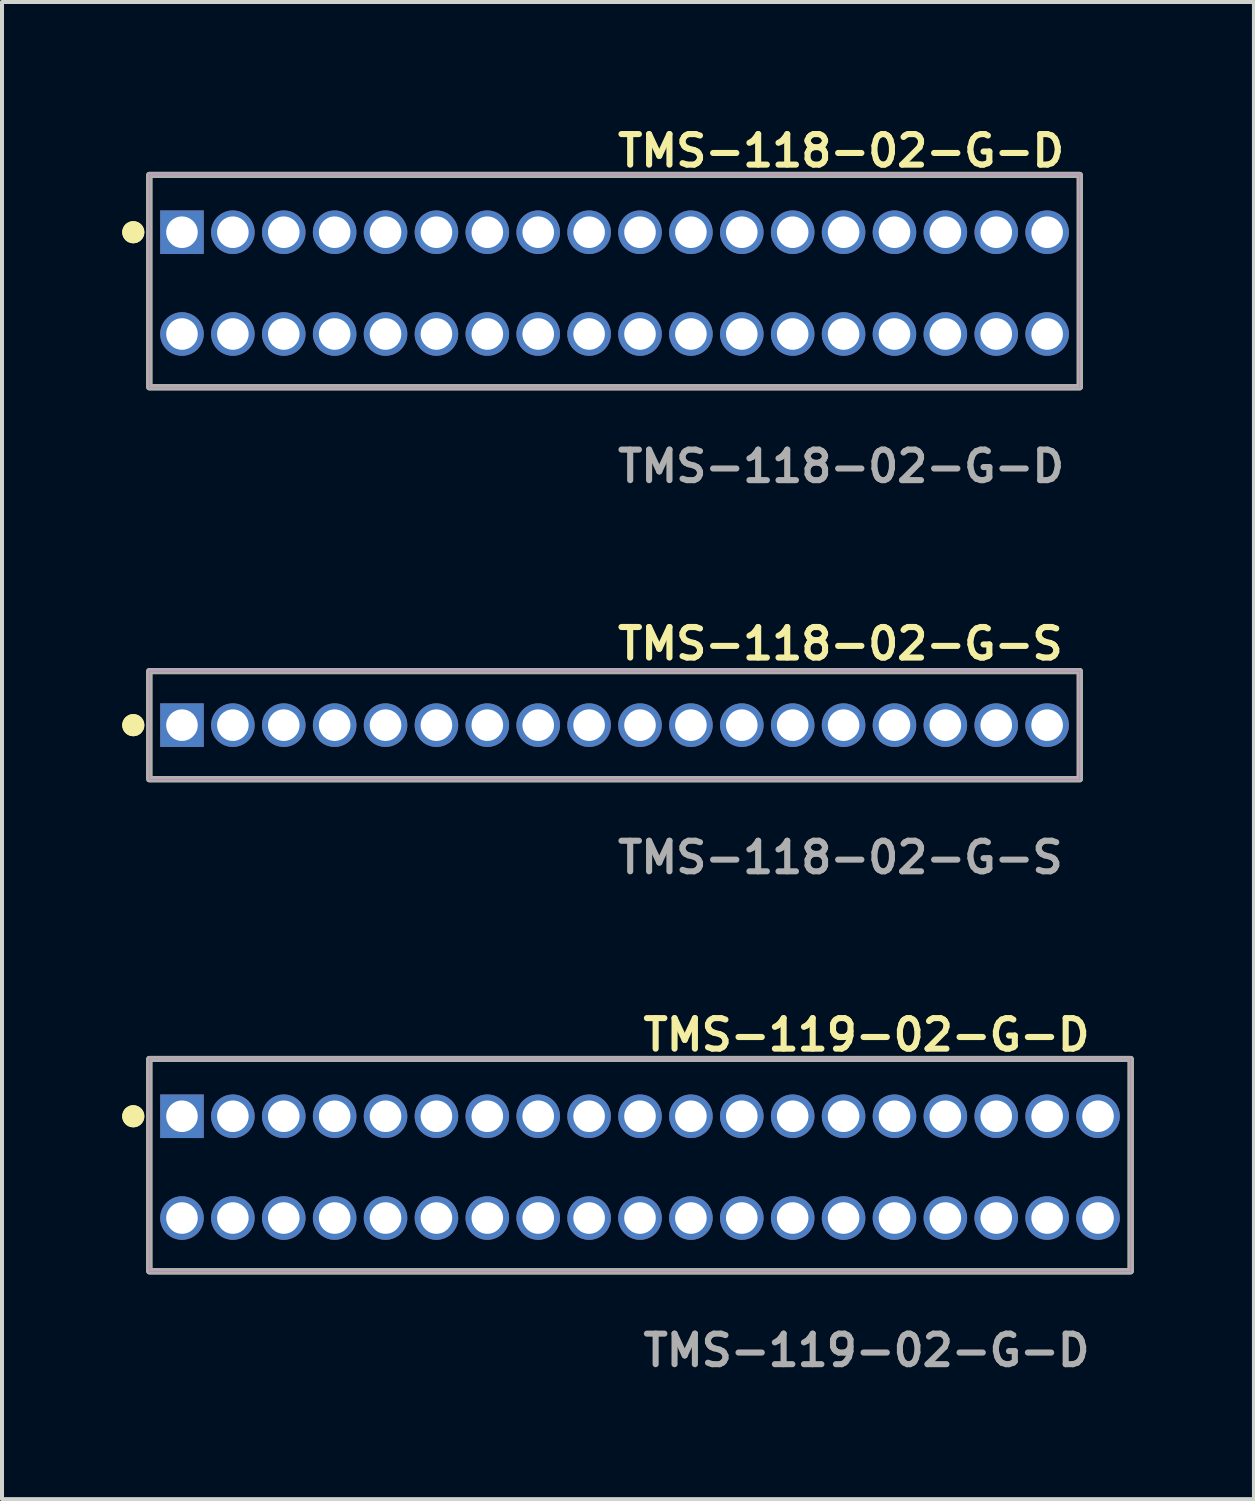
<source format=kicad_pcb>
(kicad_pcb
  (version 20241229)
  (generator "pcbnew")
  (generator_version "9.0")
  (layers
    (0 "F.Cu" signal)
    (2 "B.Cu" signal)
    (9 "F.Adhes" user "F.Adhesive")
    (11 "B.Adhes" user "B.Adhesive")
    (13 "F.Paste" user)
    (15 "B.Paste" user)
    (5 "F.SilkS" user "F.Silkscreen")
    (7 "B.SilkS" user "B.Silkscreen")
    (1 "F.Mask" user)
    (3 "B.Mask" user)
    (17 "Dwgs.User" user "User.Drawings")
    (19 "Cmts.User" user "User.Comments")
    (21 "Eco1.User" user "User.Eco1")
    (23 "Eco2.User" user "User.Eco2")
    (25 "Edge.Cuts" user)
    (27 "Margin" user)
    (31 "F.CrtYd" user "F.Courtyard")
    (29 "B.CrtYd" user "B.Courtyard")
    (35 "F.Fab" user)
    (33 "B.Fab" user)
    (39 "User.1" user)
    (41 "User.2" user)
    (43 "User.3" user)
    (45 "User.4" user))
  (footprint "TMS-118-02-G-D"
    (layer "F.Cu")
    (at 12.286 4.015)
    (property "Reference" "TMS-118-02-G-D" (at 0 -3.302 0) (unlocked yes) (layer "F.SilkS") (effects (font (size 0.762 0.762) (thickness 0.152)) (justify left)))
    (fp_rect (start -11.61 2.6) (end 11.61 -2.7) (stroke (width 0.152) (type solid)) (fill no) (layer "F.SilkS"))
    (fp_circle (center -12.01 -1.27) (end -12.21 -1.27) (stroke (width 0.152) (type solid)) (fill yes) (layer "F.SilkS"))
    (fp_circle (center -12.01 -1.27) (end -12.21 -1.27) (stroke (width 0.152) (type solid)) (fill yes) (layer "F.SilkS"))
    (fp_rect (start -11.61 2.6) (end 11.61 -2.7) (stroke (width 0.006) (type solid)) (fill no) (layer "F.CrtYd"))
    (fp_rect (start -11.61 2.6) (end 11.61 -2.7) (stroke (width 0.152) (type solid)) (fill no) (layer "F.Fab"))
    (fp_text user "${REFERENCE}" (at 0 4.572 0) (unlocked yes) (layer "F.Fab") (effects (font (size 0.762 0.762) (thickness 0.152)) (justify left)))
    (pad "1" thru_hole rect (at -10.795 -1.27) (size 1.087 1.087) (drill 0.787) (layers "*.Cu" "*.Mask"))
    (pad "2" thru_hole circle (at -10.795 1.27) (size 1.087 1.087) (drill 0.787) (layers "*.Cu" "*.Mask"))
    (pad "3" thru_hole circle (at -9.525 -1.27) (size 1.087 1.087) (drill 0.787) (layers "*.Cu" "*.Mask"))
    (pad "4" thru_hole circle (at -9.525 1.27) (size 1.087 1.087) (drill 0.787) (layers "*.Cu" "*.Mask"))
    (pad "5" thru_hole circle (at -8.255 -1.27) (size 1.087 1.087) (drill 0.787) (layers "*.Cu" "*.Mask"))
    (pad "6" thru_hole circle (at -8.255 1.27) (size 1.087 1.087) (drill 0.787) (layers "*.Cu" "*.Mask"))
    (pad "7" thru_hole circle (at -6.985 -1.27) (size 1.087 1.087) (drill 0.787) (layers "*.Cu" "*.Mask"))
    (pad "8" thru_hole circle (at -6.985 1.27) (size 1.087 1.087) (drill 0.787) (layers "*.Cu" "*.Mask"))
    (pad "9" thru_hole circle (at -5.715 -1.27) (size 1.087 1.087) (drill 0.787) (layers "*.Cu" "*.Mask"))
    (pad "10" thru_hole circle (at -5.715 1.27) (size 1.087 1.087) (drill 0.787) (layers "*.Cu" "*.Mask"))
    (pad "11" thru_hole circle (at -4.445 -1.27) (size 1.087 1.087) (drill 0.787) (layers "*.Cu" "*.Mask"))
    (pad "12" thru_hole circle (at -4.445 1.27) (size 1.087 1.087) (drill 0.787) (layers "*.Cu" "*.Mask"))
    (pad "13" thru_hole circle (at -3.175 -1.27) (size 1.087 1.087) (drill 0.787) (layers "*.Cu" "*.Mask"))
    (pad "14" thru_hole circle (at -3.175 1.27) (size 1.087 1.087) (drill 0.787) (layers "*.Cu" "*.Mask"))
    (pad "15" thru_hole circle (at -1.905 -1.27) (size 1.087 1.087) (drill 0.787) (layers "*.Cu" "*.Mask"))
    (pad "16" thru_hole circle (at -1.905 1.27) (size 1.087 1.087) (drill 0.787) (layers "*.Cu" "*.Mask"))
    (pad "17" thru_hole circle (at -0.635 -1.27) (size 1.087 1.087) (drill 0.787) (layers "*.Cu" "*.Mask"))
    (pad "18" thru_hole circle (at -0.635 1.27) (size 1.087 1.087) (drill 0.787) (layers "*.Cu" "*.Mask"))
    (pad "19" thru_hole circle (at 0.635 -1.27) (size 1.087 1.087) (drill 0.787) (layers "*.Cu" "*.Mask"))
    (pad "20" thru_hole circle (at 0.635 1.27) (size 1.087 1.087) (drill 0.787) (layers "*.Cu" "*.Mask"))
    (pad "21" thru_hole circle (at 1.905 -1.27) (size 1.087 1.087) (drill 0.787) (layers "*.Cu" "*.Mask"))
    (pad "22" thru_hole circle (at 1.905 1.27) (size 1.087 1.087) (drill 0.787) (layers "*.Cu" "*.Mask"))
    (pad "23" thru_hole circle (at 3.175 -1.27) (size 1.087 1.087) (drill 0.787) (layers "*.Cu" "*.Mask"))
    (pad "24" thru_hole circle (at 3.175 1.27) (size 1.087 1.087) (drill 0.787) (layers "*.Cu" "*.Mask"))
    (pad "25" thru_hole circle (at 4.445 -1.27) (size 1.087 1.087) (drill 0.787) (layers "*.Cu" "*.Mask"))
    (pad "26" thru_hole circle (at 4.445 1.27) (size 1.087 1.087) (drill 0.787) (layers "*.Cu" "*.Mask"))
    (pad "27" thru_hole circle (at 5.715 -1.27) (size 1.087 1.087) (drill 0.787) (layers "*.Cu" "*.Mask"))
    (pad "28" thru_hole circle (at 5.715 1.27) (size 1.087 1.087) (drill 0.787) (layers "*.Cu" "*.Mask"))
    (pad "29" thru_hole circle (at 6.985 -1.27) (size 1.087 1.087) (drill 0.787) (layers "*.Cu" "*.Mask"))
    (pad "30" thru_hole circle (at 6.985 1.27) (size 1.087 1.087) (drill 0.787) (layers "*.Cu" "*.Mask"))
    (pad "31" thru_hole circle (at 8.255 -1.27) (size 1.087 1.087) (drill 0.787) (layers "*.Cu" "*.Mask"))
    (pad "32" thru_hole circle (at 8.255 1.27) (size 1.087 1.087) (drill 0.787) (layers "*.Cu" "*.Mask"))
    (pad "33" thru_hole circle (at 9.525 -1.27) (size 1.087 1.087) (drill 0.787) (layers "*.Cu" "*.Mask"))
    (pad "34" thru_hole circle (at 9.525 1.27) (size 1.087 1.087) (drill 0.787) (layers "*.Cu" "*.Mask"))
    (pad "35" thru_hole circle (at 10.795 -1.27) (size 1.087 1.087) (drill 0.787) (layers "*.Cu" "*.Mask"))
    (pad "36" thru_hole circle (at 10.795 1.27) (size 1.087 1.087) (drill 0.787) (layers "*.Cu" "*.Mask")))
  (footprint "TMS-118-02-G-S"
    (layer "F.Cu")
    (at 12.286 15.046)
    (property "Reference" "TMS-118-02-G-S" (at 0 -2.032 0) (unlocked yes) (layer "F.SilkS") (effects (font (size 0.762 0.762) (thickness 0.152)) (justify left)))
    (fp_rect (start -11.61 1.35) (end 11.61 -1.35) (stroke (width 0.152) (type solid)) (fill no) (layer "F.SilkS"))
    (fp_circle (center -12.01 0) (end -12.21 0) (stroke (width 0.152) (type solid)) (fill yes) (layer "F.SilkS"))
    (fp_circle (center -12.01 0) (end -12.21 0) (stroke (width 0.152) (type solid)) (fill yes) (layer "F.SilkS"))
    (fp_rect (start -11.61 1.35) (end 11.61 -1.35) (stroke (width 0.006) (type solid)) (fill no) (layer "F.CrtYd"))
    (fp_rect (start -11.61 1.35) (end 11.61 -1.35) (stroke (width 0.152) (type solid)) (fill no) (layer "F.Fab"))
    (fp_text user "${REFERENCE}" (at 0 3.302 0) (unlocked yes) (layer "F.Fab") (effects (font (size 0.762 0.762) (thickness 0.152)) (justify left)))
    (pad "1" thru_hole rect (at -10.795 0) (size 1.087 1.087) (drill 0.787) (layers "*.Cu" "*.Mask"))
    (pad "2" thru_hole circle (at -9.525 0) (size 1.087 1.087) (drill 0.787) (layers "*.Cu" "*.Mask"))
    (pad "3" thru_hole circle (at -8.255 0) (size 1.087 1.087) (drill 0.787) (layers "*.Cu" "*.Mask"))
    (pad "4" thru_hole circle (at -6.985 0) (size 1.087 1.087) (drill 0.787) (layers "*.Cu" "*.Mask"))
    (pad "5" thru_hole circle (at -5.715 0) (size 1.087 1.087) (drill 0.787) (layers "*.Cu" "*.Mask"))
    (pad "6" thru_hole circle (at -4.445 0) (size 1.087 1.087) (drill 0.787) (layers "*.Cu" "*.Mask"))
    (pad "7" thru_hole circle (at -3.175 0) (size 1.087 1.087) (drill 0.787) (layers "*.Cu" "*.Mask"))
    (pad "8" thru_hole circle (at -1.905 0) (size 1.087 1.087) (drill 0.787) (layers "*.Cu" "*.Mask"))
    (pad "9" thru_hole circle (at -0.635 0) (size 1.087 1.087) (drill 0.787) (layers "*.Cu" "*.Mask"))
    (pad "10" thru_hole circle (at 0.635 0) (size 1.087 1.087) (drill 0.787) (layers "*.Cu" "*.Mask"))
    (pad "11" thru_hole circle (at 1.905 0) (size 1.087 1.087) (drill 0.787) (layers "*.Cu" "*.Mask"))
    (pad "12" thru_hole circle (at 3.175 0) (size 1.087 1.087) (drill 0.787) (layers "*.Cu" "*.Mask"))
    (pad "13" thru_hole circle (at 4.445 0) (size 1.087 1.087) (drill 0.787) (layers "*.Cu" "*.Mask"))
    (pad "14" thru_hole circle (at 5.715 0) (size 1.087 1.087) (drill 0.787) (layers "*.Cu" "*.Mask"))
    (pad "15" thru_hole circle (at 6.985 0) (size 1.087 1.087) (drill 0.787) (layers "*.Cu" "*.Mask"))
    (pad "16" thru_hole circle (at 8.255 0) (size 1.087 1.087) (drill 0.787) (layers "*.Cu" "*.Mask"))
    (pad "17" thru_hole circle (at 9.525 0) (size 1.087 1.087) (drill 0.787) (layers "*.Cu" "*.Mask"))
    (pad "18" thru_hole circle (at 10.795 0) (size 1.087 1.087) (drill 0.787) (layers "*.Cu" "*.Mask")))
  (footprint "TMS-119-02-G-D"
    (layer "F.Cu")
    (at 12.921 26.076)
    (property "Reference" "TMS-119-02-G-D" (at 0 -3.302 0) (unlocked yes) (layer "F.SilkS") (effects (font (size 0.762 0.762) (thickness 0.152)) (justify left)))
    (fp_rect (start -12.245 2.6) (end 12.245 -2.7) (stroke (width 0.152) (type solid)) (fill no) (layer "F.SilkS"))
    (fp_circle (center -12.645 -1.27) (end -12.845 -1.27) (stroke (width 0.152) (type solid)) (fill yes) (layer "F.SilkS"))
    (fp_circle (center -12.645 -1.27) (end -12.845 -1.27) (stroke (width 0.152) (type solid)) (fill yes) (layer "F.SilkS"))
    (fp_rect (start -12.245 2.6) (end 12.245 -2.7) (stroke (width 0.006) (type solid)) (fill no) (layer "F.CrtYd"))
    (fp_rect (start -12.245 2.6) (end 12.245 -2.7) (stroke (width 0.152) (type solid)) (fill no) (layer "F.Fab"))
    (fp_text user "${REFERENCE}" (at 0 4.572 0) (unlocked yes) (layer "F.Fab") (effects (font (size 0.762 0.762) (thickness 0.152)) (justify left)))
    (pad "1" thru_hole rect (at -11.43 -1.27) (size 1.087 1.087) (drill 0.787) (layers "*.Cu" "*.Mask"))
    (pad "2" thru_hole circle (at -11.43 1.27) (size 1.087 1.087) (drill 0.787) (layers "*.Cu" "*.Mask"))
    (pad "3" thru_hole circle (at -10.16 -1.27) (size 1.087 1.087) (drill 0.787) (layers "*.Cu" "*.Mask"))
    (pad "4" thru_hole circle (at -10.16 1.27) (size 1.087 1.087) (drill 0.787) (layers "*.Cu" "*.Mask"))
    (pad "5" thru_hole circle (at -8.89 -1.27) (size 1.087 1.087) (drill 0.787) (layers "*.Cu" "*.Mask"))
    (pad "6" thru_hole circle (at -8.89 1.27) (size 1.087 1.087) (drill 0.787) (layers "*.Cu" "*.Mask"))
    (pad "7" thru_hole circle (at -7.62 -1.27) (size 1.087 1.087) (drill 0.787) (layers "*.Cu" "*.Mask"))
    (pad "8" thru_hole circle (at -7.62 1.27) (size 1.087 1.087) (drill 0.787) (layers "*.Cu" "*.Mask"))
    (pad "9" thru_hole circle (at -6.35 -1.27) (size 1.087 1.087) (drill 0.787) (layers "*.Cu" "*.Mask"))
    (pad "10" thru_hole circle (at -6.35 1.27) (size 1.087 1.087) (drill 0.787) (layers "*.Cu" "*.Mask"))
    (pad "11" thru_hole circle (at -5.08 -1.27) (size 1.087 1.087) (drill 0.787) (layers "*.Cu" "*.Mask"))
    (pad "12" thru_hole circle (at -5.08 1.27) (size 1.087 1.087) (drill 0.787) (layers "*.Cu" "*.Mask"))
    (pad "13" thru_hole circle (at -3.81 -1.27) (size 1.087 1.087) (drill 0.787) (layers "*.Cu" "*.Mask"))
    (pad "14" thru_hole circle (at -3.81 1.27) (size 1.087 1.087) (drill 0.787) (layers "*.Cu" "*.Mask"))
    (pad "15" thru_hole circle (at -2.54 -1.27) (size 1.087 1.087) (drill 0.787) (layers "*.Cu" "*.Mask"))
    (pad "16" thru_hole circle (at -2.54 1.27) (size 1.087 1.087) (drill 0.787) (layers "*.Cu" "*.Mask"))
    (pad "17" thru_hole circle (at -1.27 -1.27) (size 1.087 1.087) (drill 0.787) (layers "*.Cu" "*.Mask"))
    (pad "18" thru_hole circle (at -1.27 1.27) (size 1.087 1.087) (drill 0.787) (layers "*.Cu" "*.Mask"))
    (pad "19" thru_hole circle (at 0 -1.27) (size 1.087 1.087) (drill 0.787) (layers "*.Cu" "*.Mask"))
    (pad "20" thru_hole circle (at 0 1.27) (size 1.087 1.087) (drill 0.787) (layers "*.Cu" "*.Mask"))
    (pad "21" thru_hole circle (at 1.27 -1.27) (size 1.087 1.087) (drill 0.787) (layers "*.Cu" "*.Mask"))
    (pad "22" thru_hole circle (at 1.27 1.27) (size 1.087 1.087) (drill 0.787) (layers "*.Cu" "*.Mask"))
    (pad "23" thru_hole circle (at 2.54 -1.27) (size 1.087 1.087) (drill 0.787) (layers "*.Cu" "*.Mask"))
    (pad "24" thru_hole circle (at 2.54 1.27) (size 1.087 1.087) (drill 0.787) (layers "*.Cu" "*.Mask"))
    (pad "25" thru_hole circle (at 3.81 -1.27) (size 1.087 1.087) (drill 0.787) (layers "*.Cu" "*.Mask"))
    (pad "26" thru_hole circle (at 3.81 1.27) (size 1.087 1.087) (drill 0.787) (layers "*.Cu" "*.Mask"))
    (pad "27" thru_hole circle (at 5.08 -1.27) (size 1.087 1.087) (drill 0.787) (layers "*.Cu" "*.Mask"))
    (pad "28" thru_hole circle (at 5.08 1.27) (size 1.087 1.087) (drill 0.787) (layers "*.Cu" "*.Mask"))
    (pad "29" thru_hole circle (at 6.35 -1.27) (size 1.087 1.087) (drill 0.787) (layers "*.Cu" "*.Mask"))
    (pad "30" thru_hole circle (at 6.35 1.27) (size 1.087 1.087) (drill 0.787) (layers "*.Cu" "*.Mask"))
    (pad "31" thru_hole circle (at 7.62 -1.27) (size 1.087 1.087) (drill 0.787) (layers "*.Cu" "*.Mask"))
    (pad "32" thru_hole circle (at 7.62 1.27) (size 1.087 1.087) (drill 0.787) (layers "*.Cu" "*.Mask"))
    (pad "33" thru_hole circle (at 8.89 -1.27) (size 1.087 1.087) (drill 0.787) (layers "*.Cu" "*.Mask"))
    (pad "34" thru_hole circle (at 8.89 1.27) (size 1.087 1.087) (drill 0.787) (layers "*.Cu" "*.Mask"))
    (pad "35" thru_hole circle (at 10.16 -1.27) (size 1.087 1.087) (drill 0.787) (layers "*.Cu" "*.Mask"))
    (pad "36" thru_hole circle (at 10.16 1.27) (size 1.087 1.087) (drill 0.787) (layers "*.Cu" "*.Mask"))
    (pad "37" thru_hole circle (at 11.43 -1.27) (size 1.087 1.087) (drill 0.787) (layers "*.Cu" "*.Mask"))
    (pad "38" thru_hole circle (at 11.43 1.27) (size 1.087 1.087) (drill 0.787) (layers "*.Cu" "*.Mask")))
  (gr_rect
    (start -3 -3)
    (end 28.242 34.361)
    (stroke (width 0.1) (type default))
    (fill no)
    (layer "Edge.Cuts")))
</source>
